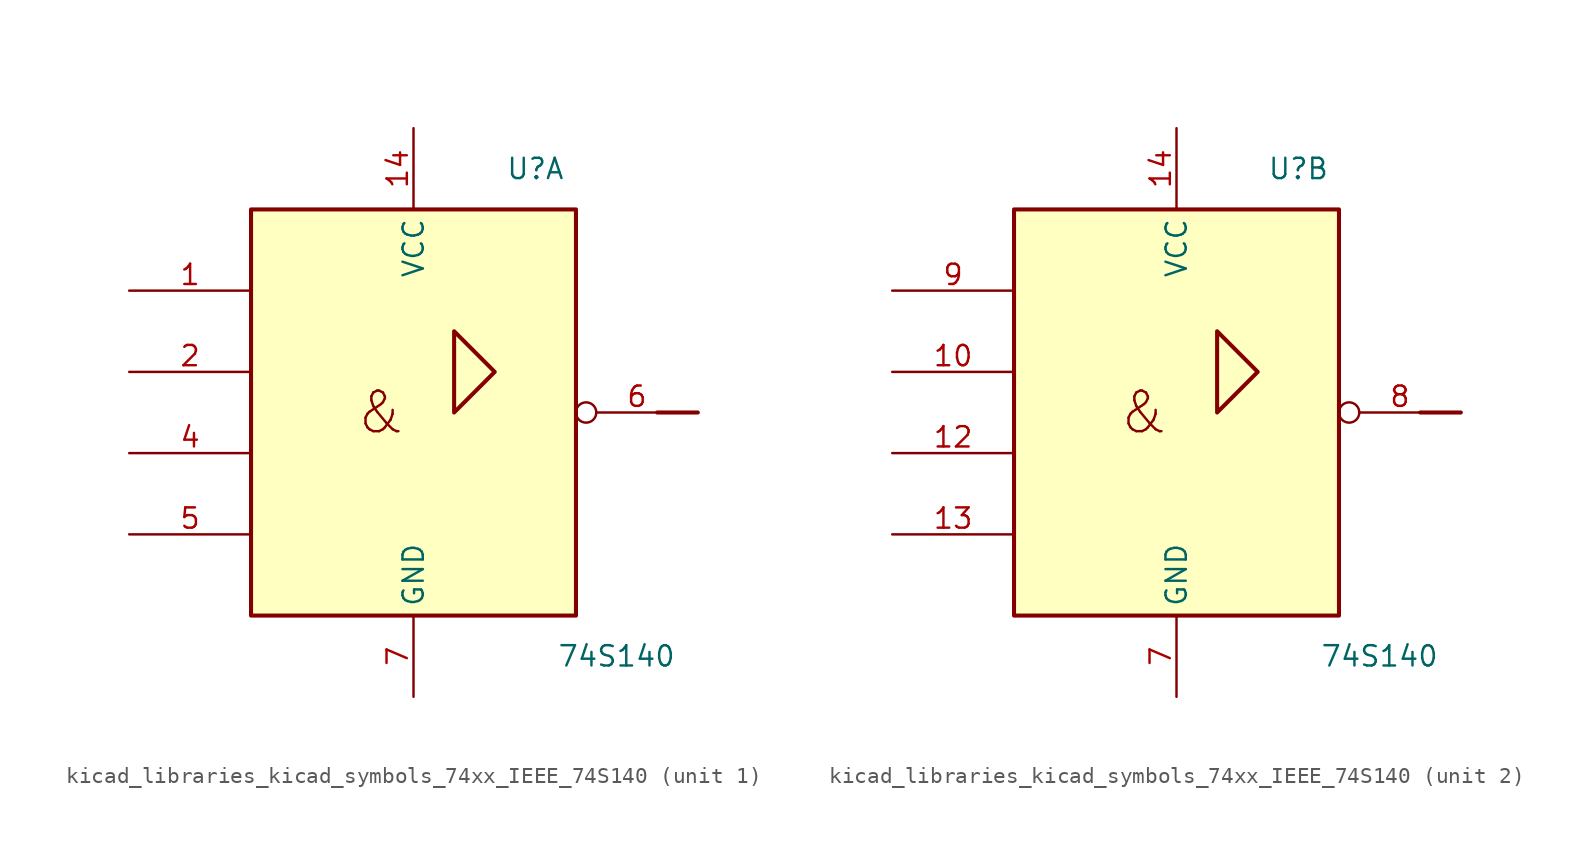
<source format=kicad_sym>
(kicad_symbol_lib
  (version 20220914)
  (generator kicad_symbol_editor)
  (symbol "kicad_libraries_kicad_symbols_74xx_IEEE_74S140"
    (property "Reference" "U"
      (at 7.62 15.24 0)
      (effects (font (size 1.27 1.27))))
    (property "Value" "74S140"
      (at 12.7 -15.24 0)
      (effects (font (size 1.27 1.27))))
    (symbol "kicad_libraries_kicad_symbols_74xx_IEEE_74S140_0_0"
      (rectangle (start -10.16 12.7) (end 10.16 -12.7) (stroke (width 0.254) (type default)) (fill (type background)))
      (polyline (pts (xy 2.54 0) (xy 2.54 5.08) (xy 5.08 2.54) (xy 2.54 0) (xy 2.54 0)) (stroke (width 0.254) (type default)) (fill (type background)))
      (text "&" (at -2.032 0 0) (effects (font (size 2.54 2.54)))))
    (symbol "kicad_libraries_kicad_symbols_74xx_IEEE_74S140_0_1"
      (rectangle (start 17.78 0) (end 15.24 0) (stroke (width 0.254) (type default)) (fill (type background)))
      (pin power_in line (at 0 17.78 270) (length 5.08) (name "VCC" (effects (font (size 1.27 1.27)))) (number "14" (effects (font (size 1.27 1.27)))))
      (pin power_in line (at 0 -17.78 90) (length 5.08) (name "GND" (effects (font (size 1.27 1.27)))) (number "7" (effects (font (size 1.27 1.27))))))
    (symbol "kicad_libraries_kicad_symbols_74xx_IEEE_74S140_1_1"
      (pin input line (at -17.78 7.62 0) (length 7.62) (name "~" (effects (font (size 1.27 1.27)))) (number "1" (effects (font (size 1.27 1.27)))))
      (pin input line (at -17.78 2.54 0) (length 7.62) (name "~" (effects (font (size 1.27 1.27)))) (number "2" (effects (font (size 1.27 1.27)))))
      (pin input line (at -17.78 -2.54 0) (length 7.62) (name "~" (effects (font (size 1.27 1.27)))) (number "4" (effects (font (size 1.27 1.27)))))
      (pin input line (at -17.78 -7.62 0) (length 7.62) (name "~" (effects (font (size 1.27 1.27)))) (number "5" (effects (font (size 1.27 1.27)))))
      (pin output inverted (at 17.78 0 180) (length 7.62) (name "~" (effects (font (size 1.27 1.27)))) (number "6" (effects (font (size 1.27 1.27))))))
    (symbol "kicad_libraries_kicad_symbols_74xx_IEEE_74S140_2_1"
      (pin input line (at -17.78 2.54 0) (length 7.62) (name "~" (effects (font (size 1.27 1.27)))) (number "10" (effects (font (size 1.27 1.27)))))
      (pin input line (at -17.78 -2.54 0) (length 7.62) (name "~" (effects (font (size 1.27 1.27)))) (number "12" (effects (font (size 1.27 1.27)))))
      (pin input line (at -17.78 -7.62 0) (length 7.62) (name "~" (effects (font (size 1.27 1.27)))) (number "13" (effects (font (size 1.27 1.27)))))
      (pin output inverted (at 17.78 0 180) (length 7.62) (name "~" (effects (font (size 1.27 1.27)))) (number "8" (effects (font (size 1.27 1.27)))))
      (pin input line (at -17.78 7.62 0) (length 7.62) (name "~" (effects (font (size 1.27 1.27)))) (number "9" (effects (font (size 1.27 1.27))))))))
</source>
